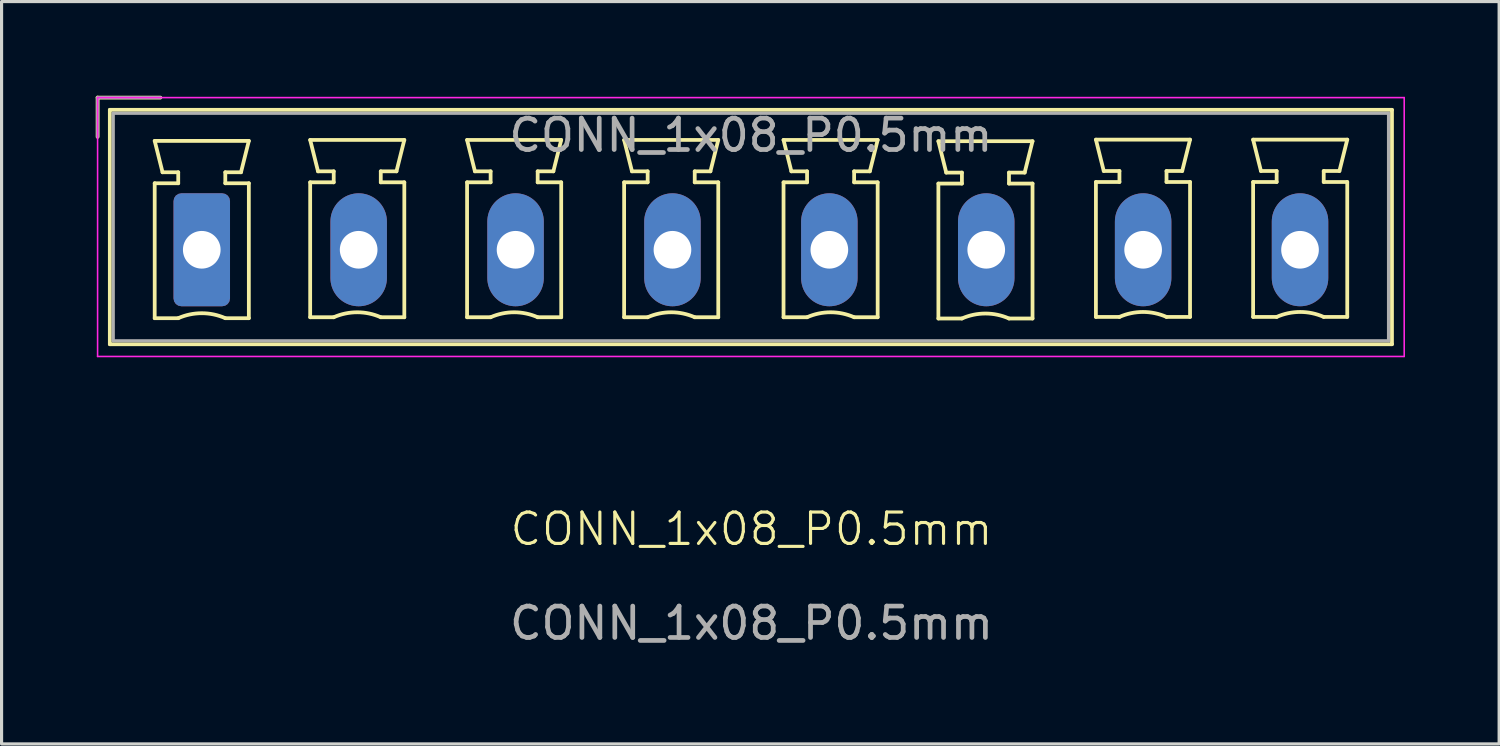
<source format=kicad_pcb>
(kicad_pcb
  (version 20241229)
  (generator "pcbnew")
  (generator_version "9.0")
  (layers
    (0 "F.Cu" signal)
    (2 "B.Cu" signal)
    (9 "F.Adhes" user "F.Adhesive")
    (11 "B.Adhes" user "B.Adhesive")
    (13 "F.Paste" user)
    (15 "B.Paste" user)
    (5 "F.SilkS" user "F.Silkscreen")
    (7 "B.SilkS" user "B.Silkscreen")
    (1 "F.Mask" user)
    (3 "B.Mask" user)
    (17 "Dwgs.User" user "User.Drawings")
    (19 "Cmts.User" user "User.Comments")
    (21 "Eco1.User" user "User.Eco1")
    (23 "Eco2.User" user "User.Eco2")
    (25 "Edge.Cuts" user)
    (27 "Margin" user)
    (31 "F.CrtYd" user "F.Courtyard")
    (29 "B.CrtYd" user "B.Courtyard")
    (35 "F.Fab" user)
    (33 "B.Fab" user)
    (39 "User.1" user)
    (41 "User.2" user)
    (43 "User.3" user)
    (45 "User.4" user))
  (footprint "CONN_1x08_P0.5mm"
    (layer "F.Cu")
    (at 20.88 4.91)
    (property "Reference" "CONN_1x08_P0.5mm" (at 0.02 8.9 0) (unlocked yes) (layer "F.SilkS") (effects (font (size 1 1) (thickness 0.1))))
    (attr through_hole)
    (fp_line (start -20.82 -4.85) (end -18.82 -4.85) (stroke (width 0.12) (type solid)) (layer "F.SilkS"))
    (fp_line (start -20.82 -3.6) (end -20.82 -4.85) (stroke (width 0.12) (type solid)) (layer "F.SilkS"))
    (fp_line (start -20.43 -4.46) (end -20.43 3.01) (stroke (width 0.12) (type solid)) (layer "F.SilkS"))
    (fp_line (start -20.43 3.01) (end 20.43 3.01) (stroke (width 0.12) (type solid)) (layer "F.SilkS"))
    (fp_line (start -19 -3.47) (end -16 -3.47) (stroke (width 0.12) (type solid)) (layer "F.SilkS"))
    (fp_line (start -19 -2.12) (end -18.25 -2.12) (stroke (width 0.12) (type solid)) (layer "F.SilkS"))
    (fp_line (start -19 2.18) (end -19 -2.12) (stroke (width 0.12) (type solid)) (layer "F.SilkS"))
    (fp_line (start -18.75 -2.47) (end -19 -3.47) (stroke (width 0.12) (type solid)) (layer "F.SilkS"))
    (fp_line (start -18.25 -2.47) (end -18.75 -2.47) (stroke (width 0.12) (type solid)) (layer "F.SilkS"))
    (fp_line (start -18.25 -2.12) (end -18.25 -2.47) (stroke (width 0.12) (type solid)) (layer "F.SilkS"))
    (fp_line (start -18.25 2.18) (end -19 2.18) (stroke (width 0.12) (type solid)) (layer "F.SilkS"))
    (fp_line (start -16.75 -2.47) (end -16.75 -2.12) (stroke (width 0.12) (type solid)) (layer "F.SilkS"))
    (fp_line (start -16.75 -2.12) (end -16 -2.12) (stroke (width 0.12) (type solid)) (layer "F.SilkS"))
    (fp_line (start -16.25 -2.47) (end -16.75 -2.47) (stroke (width 0.12) (type solid)) (layer "F.SilkS"))
    (fp_line (start -16 -3.47) (end -16.25 -2.47) (stroke (width 0.12) (type solid)) (layer "F.SilkS"))
    (fp_line (start -16 -2.12) (end -16 2.18) (stroke (width 0.12) (type solid)) (layer "F.SilkS"))
    (fp_line (start -16 2.18) (end -16.75 2.18) (stroke (width 0.12) (type solid)) (layer "F.SilkS"))
    (fp_line (start -14.045 -3.5) (end -11.045 -3.5) (stroke (width 0.12) (type solid)) (layer "F.SilkS"))
    (fp_line (start -14.045 -2.15) (end -13.295 -2.15) (stroke (width 0.12) (type solid)) (layer "F.SilkS"))
    (fp_line (start -14.045 2.15) (end -14.045 -2.15) (stroke (width 0.12) (type solid)) (layer "F.SilkS"))
    (fp_line (start -13.795 -2.5) (end -14.045 -3.5) (stroke (width 0.12) (type solid)) (layer "F.SilkS"))
    (fp_line (start -13.295 -2.5) (end -13.795 -2.5) (stroke (width 0.12) (type solid)) (layer "F.SilkS"))
    (fp_line (start -13.295 -2.15) (end -13.295 -2.5) (stroke (width 0.12) (type solid)) (layer "F.SilkS"))
    (fp_line (start -13.295 2.15) (end -14.045 2.15) (stroke (width 0.12) (type solid)) (layer "F.SilkS"))
    (fp_line (start -11.795 -2.5) (end -11.795 -2.15) (stroke (width 0.12) (type solid)) (layer "F.SilkS"))
    (fp_line (start -11.795 -2.15) (end -11.045 -2.15) (stroke (width 0.12) (type solid)) (layer "F.SilkS"))
    (fp_line (start -11.295 -2.5) (end -11.795 -2.5) (stroke (width 0.12) (type solid)) (layer "F.SilkS"))
    (fp_line (start -11.045 -3.5) (end -11.295 -2.5) (stroke (width 0.12) (type solid)) (layer "F.SilkS"))
    (fp_line (start -11.045 -2.15) (end -11.045 2.15) (stroke (width 0.12) (type solid)) (layer "F.SilkS"))
    (fp_line (start -11.045 2.15) (end -11.795 2.15) (stroke (width 0.12) (type solid)) (layer "F.SilkS"))
    (fp_line (start -9.045 -3.5) (end -6.045 -3.5) (stroke (width 0.12) (type solid)) (layer "F.SilkS"))
    (fp_line (start -9.045 -2.15) (end -8.295 -2.15) (stroke (width 0.12) (type solid)) (layer "F.SilkS"))
    (fp_line (start -9.045 2.15) (end -9.045 -2.15) (stroke (width 0.12) (type solid)) (layer "F.SilkS"))
    (fp_line (start -8.795 -2.5) (end -9.045 -3.5) (stroke (width 0.12) (type solid)) (layer "F.SilkS"))
    (fp_line (start -8.295 -2.5) (end -8.795 -2.5) (stroke (width 0.12) (type solid)) (layer "F.SilkS"))
    (fp_line (start -8.295 -2.15) (end -8.295 -2.5) (stroke (width 0.12) (type solid)) (layer "F.SilkS"))
    (fp_line (start -8.295 2.15) (end -9.045 2.15) (stroke (width 0.12) (type solid)) (layer "F.SilkS"))
    (fp_line (start -6.795 -2.5) (end -6.795 -2.15) (stroke (width 0.12) (type solid)) (layer "F.SilkS"))
    (fp_line (start -6.795 -2.15) (end -6.045 -2.15) (stroke (width 0.12) (type solid)) (layer "F.SilkS"))
    (fp_line (start -6.295 -2.5) (end -6.795 -2.5) (stroke (width 0.12) (type solid)) (layer "F.SilkS"))
    (fp_line (start -6.045 -3.5) (end -6.295 -2.5) (stroke (width 0.12) (type solid)) (layer "F.SilkS"))
    (fp_line (start -6.045 -2.15) (end -6.045 2.15) (stroke (width 0.12) (type solid)) (layer "F.SilkS"))
    (fp_line (start -6.045 2.15) (end -6.795 2.15) (stroke (width 0.12) (type solid)) (layer "F.SilkS"))
    (fp_line (start -4.04 -3.5) (end -1.04 -3.5) (stroke (width 0.12) (type solid)) (layer "F.SilkS"))
    (fp_line (start -4.04 -2.15) (end -3.29 -2.15) (stroke (width 0.12) (type solid)) (layer "F.SilkS"))
    (fp_line (start -4.04 2.15) (end -4.04 -2.15) (stroke (width 0.12) (type solid)) (layer "F.SilkS"))
    (fp_line (start -3.79 -2.5) (end -4.04 -3.5) (stroke (width 0.12) (type solid)) (layer "F.SilkS"))
    (fp_line (start -3.29 -2.5) (end -3.79 -2.5) (stroke (width 0.12) (type solid)) (layer "F.SilkS"))
    (fp_line (start -3.29 -2.15) (end -3.29 -2.5) (stroke (width 0.12) (type solid)) (layer "F.SilkS"))
    (fp_line (start -3.29 2.15) (end -4.04 2.15) (stroke (width 0.12) (type solid)) (layer "F.SilkS"))
    (fp_line (start -1.79 -2.5) (end -1.79 -2.15) (stroke (width 0.12) (type solid)) (layer "F.SilkS"))
    (fp_line (start -1.79 -2.15) (end -1.04 -2.15) (stroke (width 0.12) (type solid)) (layer "F.SilkS"))
    (fp_line (start -1.29 -2.5) (end -1.79 -2.5) (stroke (width 0.12) (type solid)) (layer "F.SilkS"))
    (fp_line (start -1.04 -3.5) (end -1.29 -2.5) (stroke (width 0.12) (type solid)) (layer "F.SilkS"))
    (fp_line (start -1.04 -2.15) (end -1.04 2.15) (stroke (width 0.12) (type solid)) (layer "F.SilkS"))
    (fp_line (start -1.04 2.15) (end -1.79 2.15) (stroke (width 0.12) (type solid)) (layer "F.SilkS"))
    (fp_line (start 1.04 -3.5) (end 4.04 -3.5) (stroke (width 0.12) (type solid)) (layer "F.SilkS"))
    (fp_line (start 1.04 -2.15) (end 1.79 -2.15) (stroke (width 0.12) (type solid)) (layer "F.SilkS"))
    (fp_line (start 1.04 2.15) (end 1.04 -2.15) (stroke (width 0.12) (type solid)) (layer "F.SilkS"))
    (fp_line (start 1.29 -2.5) (end 1.04 -3.5) (stroke (width 0.12) (type solid)) (layer "F.SilkS"))
    (fp_line (start 1.79 -2.5) (end 1.29 -2.5) (stroke (width 0.12) (type solid)) (layer "F.SilkS"))
    (fp_line (start 1.79 -2.15) (end 1.79 -2.5) (stroke (width 0.12) (type solid)) (layer "F.SilkS"))
    (fp_line (start 1.79 2.15) (end 1.04 2.15) (stroke (width 0.12) (type solid)) (layer "F.SilkS"))
    (fp_line (start 3.29 -2.5) (end 3.29 -2.15) (stroke (width 0.12) (type solid)) (layer "F.SilkS"))
    (fp_line (start 3.29 -2.15) (end 4.04 -2.15) (stroke (width 0.12) (type solid)) (layer "F.SilkS"))
    (fp_line (start 3.79 -2.5) (end 3.29 -2.5) (stroke (width 0.12) (type solid)) (layer "F.SilkS"))
    (fp_line (start 4.04 -3.5) (end 3.79 -2.5) (stroke (width 0.12) (type solid)) (layer "F.SilkS"))
    (fp_line (start 4.04 -2.15) (end 4.04 2.15) (stroke (width 0.12) (type solid)) (layer "F.SilkS"))
    (fp_line (start 4.04 2.15) (end 3.29 2.15) (stroke (width 0.12) (type solid)) (layer "F.SilkS"))
    (fp_line (start 5.975 -3.46) (end 8.975 -3.46) (stroke (width 0.12) (type solid)) (layer "F.SilkS"))
    (fp_line (start 5.975 -2.11) (end 6.725 -2.11) (stroke (width 0.12) (type solid)) (layer "F.SilkS"))
    (fp_line (start 5.975 2.19) (end 5.975 -2.11) (stroke (width 0.12) (type solid)) (layer "F.SilkS"))
    (fp_line (start 6.225 -2.46) (end 5.975 -3.46) (stroke (width 0.12) (type solid)) (layer "F.SilkS"))
    (fp_line (start 6.725 -2.46) (end 6.225 -2.46) (stroke (width 0.12) (type solid)) (layer "F.SilkS"))
    (fp_line (start 6.725 -2.11) (end 6.725 -2.46) (stroke (width 0.12) (type solid)) (layer "F.SilkS"))
    (fp_line (start 6.725 2.19) (end 5.975 2.19) (stroke (width 0.12) (type solid)) (layer "F.SilkS"))
    (fp_line (start 8.225 -2.46) (end 8.225 -2.11) (stroke (width 0.12) (type solid)) (layer "F.SilkS"))
    (fp_line (start 8.225 -2.11) (end 8.975 -2.11) (stroke (width 0.12) (type solid)) (layer "F.SilkS"))
    (fp_line (start 8.725 -2.46) (end 8.225 -2.46) (stroke (width 0.12) (type solid)) (layer "F.SilkS"))
    (fp_line (start 8.975 -3.46) (end 8.725 -2.46) (stroke (width 0.12) (type solid)) (layer "F.SilkS"))
    (fp_line (start 8.975 -2.11) (end 8.975 2.19) (stroke (width 0.12) (type solid)) (layer "F.SilkS"))
    (fp_line (start 8.975 2.19) (end 8.225 2.19) (stroke (width 0.12) (type solid)) (layer "F.SilkS"))
    (fp_line (start 10.995 -3.51) (end 13.995 -3.51) (stroke (width 0.12) (type solid)) (layer "F.SilkS"))
    (fp_line (start 10.995 -2.16) (end 11.745 -2.16) (stroke (width 0.12) (type solid)) (layer "F.SilkS"))
    (fp_line (start 10.995 2.14) (end 10.995 -2.16) (stroke (width 0.12) (type solid)) (layer "F.SilkS"))
    (fp_line (start 11.245 -2.51) (end 10.995 -3.51) (stroke (width 0.12) (type solid)) (layer "F.SilkS"))
    (fp_line (start 11.745 -2.51) (end 11.245 -2.51) (stroke (width 0.12) (type solid)) (layer "F.SilkS"))
    (fp_line (start 11.745 -2.16) (end 11.745 -2.51) (stroke (width 0.12) (type solid)) (layer "F.SilkS"))
    (fp_line (start 11.745 2.14) (end 10.995 2.14) (stroke (width 0.12) (type solid)) (layer "F.SilkS"))
    (fp_line (start 13.245 -2.51) (end 13.245 -2.16) (stroke (width 0.12) (type solid)) (layer "F.SilkS"))
    (fp_line (start 13.245 -2.16) (end 13.995 -2.16) (stroke (width 0.12) (type solid)) (layer "F.SilkS"))
    (fp_line (start 13.745 -2.51) (end 13.245 -2.51) (stroke (width 0.12) (type solid)) (layer "F.SilkS"))
    (fp_line (start 13.995 -3.51) (end 13.745 -2.51) (stroke (width 0.12) (type solid)) (layer "F.SilkS"))
    (fp_line (start 13.995 -2.16) (end 13.995 2.14) (stroke (width 0.12) (type solid)) (layer "F.SilkS"))
    (fp_line (start 13.995 2.14) (end 13.245 2.14) (stroke (width 0.12) (type solid)) (layer "F.SilkS"))
    (fp_line (start 16.005 -3.51) (end 19.005 -3.51) (stroke (width 0.12) (type solid)) (layer "F.SilkS"))
    (fp_line (start 16.005 -2.16) (end 16.755 -2.16) (stroke (width 0.12) (type solid)) (layer "F.SilkS"))
    (fp_line (start 16.005 2.14) (end 16.005 -2.16) (stroke (width 0.12) (type solid)) (layer "F.SilkS"))
    (fp_line (start 16.255 -2.51) (end 16.005 -3.51) (stroke (width 0.12) (type solid)) (layer "F.SilkS"))
    (fp_line (start 16.755 -2.51) (end 16.255 -2.51) (stroke (width 0.12) (type solid)) (layer "F.SilkS"))
    (fp_line (start 16.755 -2.16) (end 16.755 -2.51) (stroke (width 0.12) (type solid)) (layer "F.SilkS"))
    (fp_line (start 16.755 2.14) (end 16.005 2.14) (stroke (width 0.12) (type solid)) (layer "F.SilkS"))
    (fp_line (start 18.255 -2.51) (end 18.255 -2.16) (stroke (width 0.12) (type solid)) (layer "F.SilkS"))
    (fp_line (start 18.255 -2.16) (end 19.005 -2.16) (stroke (width 0.12) (type solid)) (layer "F.SilkS"))
    (fp_line (start 18.755 -2.51) (end 18.255 -2.51) (stroke (width 0.12) (type solid)) (layer "F.SilkS"))
    (fp_line (start 19.005 -3.51) (end 18.755 -2.51) (stroke (width 0.12) (type solid)) (layer "F.SilkS"))
    (fp_line (start 19.005 -2.16) (end 19.005 2.14) (stroke (width 0.12) (type solid)) (layer "F.SilkS"))
    (fp_line (start 19.005 2.14) (end 18.255 2.14) (stroke (width 0.12) (type solid)) (layer "F.SilkS"))
    (fp_line (start 20.43 -4.46) (end -20.43 -4.46) (stroke (width 0.12) (type solid)) (layer "F.SilkS"))
    (fp_line (start 20.43 3.01) (end 20.43 -4.46) (stroke (width 0.12) (type solid)) (layer "F.SilkS"))
    (fp_arc (start -18.25 2.18) (mid -17.500193 2.02191) (end -16.750353 2.179844) (stroke (width 0.12) (type solid)) (layer "F.SilkS"))
    (fp_arc (start -13.295 2.15) (mid -12.545193 1.99191) (end -11.795353 2.149844) (stroke (width 0.12) (type solid)) (layer "F.SilkS"))
    (fp_arc (start -8.295 2.15) (mid -7.545193 1.99191) (end -6.795353 2.149844) (stroke (width 0.12) (type solid)) (layer "F.SilkS"))
    (fp_arc (start -3.29 2.15) (mid -2.540193 1.99191) (end -1.790353 2.149844) (stroke (width 0.12) (type solid)) (layer "F.SilkS"))
    (fp_arc (start 1.79 2.15) (mid 2.539807 1.99191) (end 3.289647 2.149844) (stroke (width 0.12) (type solid)) (layer "F.SilkS"))
    (fp_arc (start 6.725 2.19) (mid 7.474807 2.03191) (end 8.224647 2.189844) (stroke (width 0.12) (type solid)) (layer "F.SilkS"))
    (fp_arc (start 11.745 2.14) (mid 12.494807 1.98191) (end 13.244647 2.139844) (stroke (width 0.12) (type solid)) (layer "F.SilkS"))
    (fp_arc (start 16.755 2.14) (mid 17.504807 1.98191) (end 18.254647 2.139844) (stroke (width 0.12) (type solid)) (layer "F.SilkS"))
    (fp_line (start -20.82 -4.85) (end -20.82 3.4) (stroke (width 0.05) (type solid)) (layer "F.CrtYd"))
    (fp_line (start -20.82 3.4) (end 20.82 3.4) (stroke (width 0.05) (type solid)) (layer "F.CrtYd"))
    (fp_line (start 20.82 -4.85) (end -20.82 -4.85) (stroke (width 0.05) (type solid)) (layer "F.CrtYd"))
    (fp_line (start 20.82 3.4) (end 20.82 -4.85) (stroke (width 0.05) (type solid)) (layer "F.CrtYd"))
    (fp_line (start -20.82 -4.85) (end -18.82 -4.85) (stroke (width 0.1) (type solid)) (layer "F.Fab"))
    (fp_line (start -20.82 -3.6) (end -20.82 -4.85) (stroke (width 0.1) (type solid)) (layer "F.Fab"))
    (fp_line (start -20.32 -4.35) (end -20.32 2.9) (stroke (width 0.1) (type solid)) (layer "F.Fab"))
    (fp_line (start -20.32 2.9) (end 20.32 2.9) (stroke (width 0.1) (type solid)) (layer "F.Fab"))
    (fp_line (start 20.32 -4.35) (end -20.32 -4.35) (stroke (width 0.1) (type solid)) (layer "F.Fab"))
    (fp_line (start 20.32 2.9) (end 20.32 -4.35) (stroke (width 0.1) (type solid)) (layer "F.Fab"))
    (fp_text user "${REFERENCE}" (at 0 -3.65 0) (layer "F.Fab") (effects (font (size 1 1) (thickness 0.15))))
    (fp_text user "${REFERENCE}" (at 0.02 11.9 0) (unlocked yes) (layer "F.Fab") (effects (font (size 1 1) (thickness 0.15))))
    (pad "1" thru_hole roundrect (at -17.5 0) (size 1.8 3.6) (drill 1.2) (layers "*.Cu" "*.Mask") (roundrect_rratio 0.139))
    (pad "2" thru_hole oval (at -12.5 0) (size 1.8 3.6) (drill 1.2) (layers "*.Cu" "*.Mask"))
    (pad "3" thru_hole oval (at -7.5 0) (size 1.8 3.6) (drill 1.2) (layers "*.Cu" "*.Mask"))
    (pad "4" thru_hole oval (at -2.5 0) (size 1.8 3.6) (drill 1.2) (layers "*.Cu" "*.Mask"))
    (pad "5" thru_hole oval (at 2.5 0) (size 1.8 3.6) (drill 1.2) (layers "*.Cu" "*.Mask"))
    (pad "6" thru_hole oval (at 7.5 0) (size 1.8 3.6) (drill 1.2) (layers "*.Cu" "*.Mask"))
    (pad "7" thru_hole oval (at 12.5 0) (size 1.8 3.6) (drill 1.2) (layers "*.Cu" "*.Mask"))
    (pad "8" thru_hole oval (at 17.5 0) (size 1.8 3.6) (drill 1.2) (layers "*.Cu" "*.Mask")))
  (gr_rect
    (start -3 -3)
    (end 44.725 20.658)
    (stroke (width 0.1) (type default))
    (fill no)
    (layer "Edge.Cuts")))
</source>
